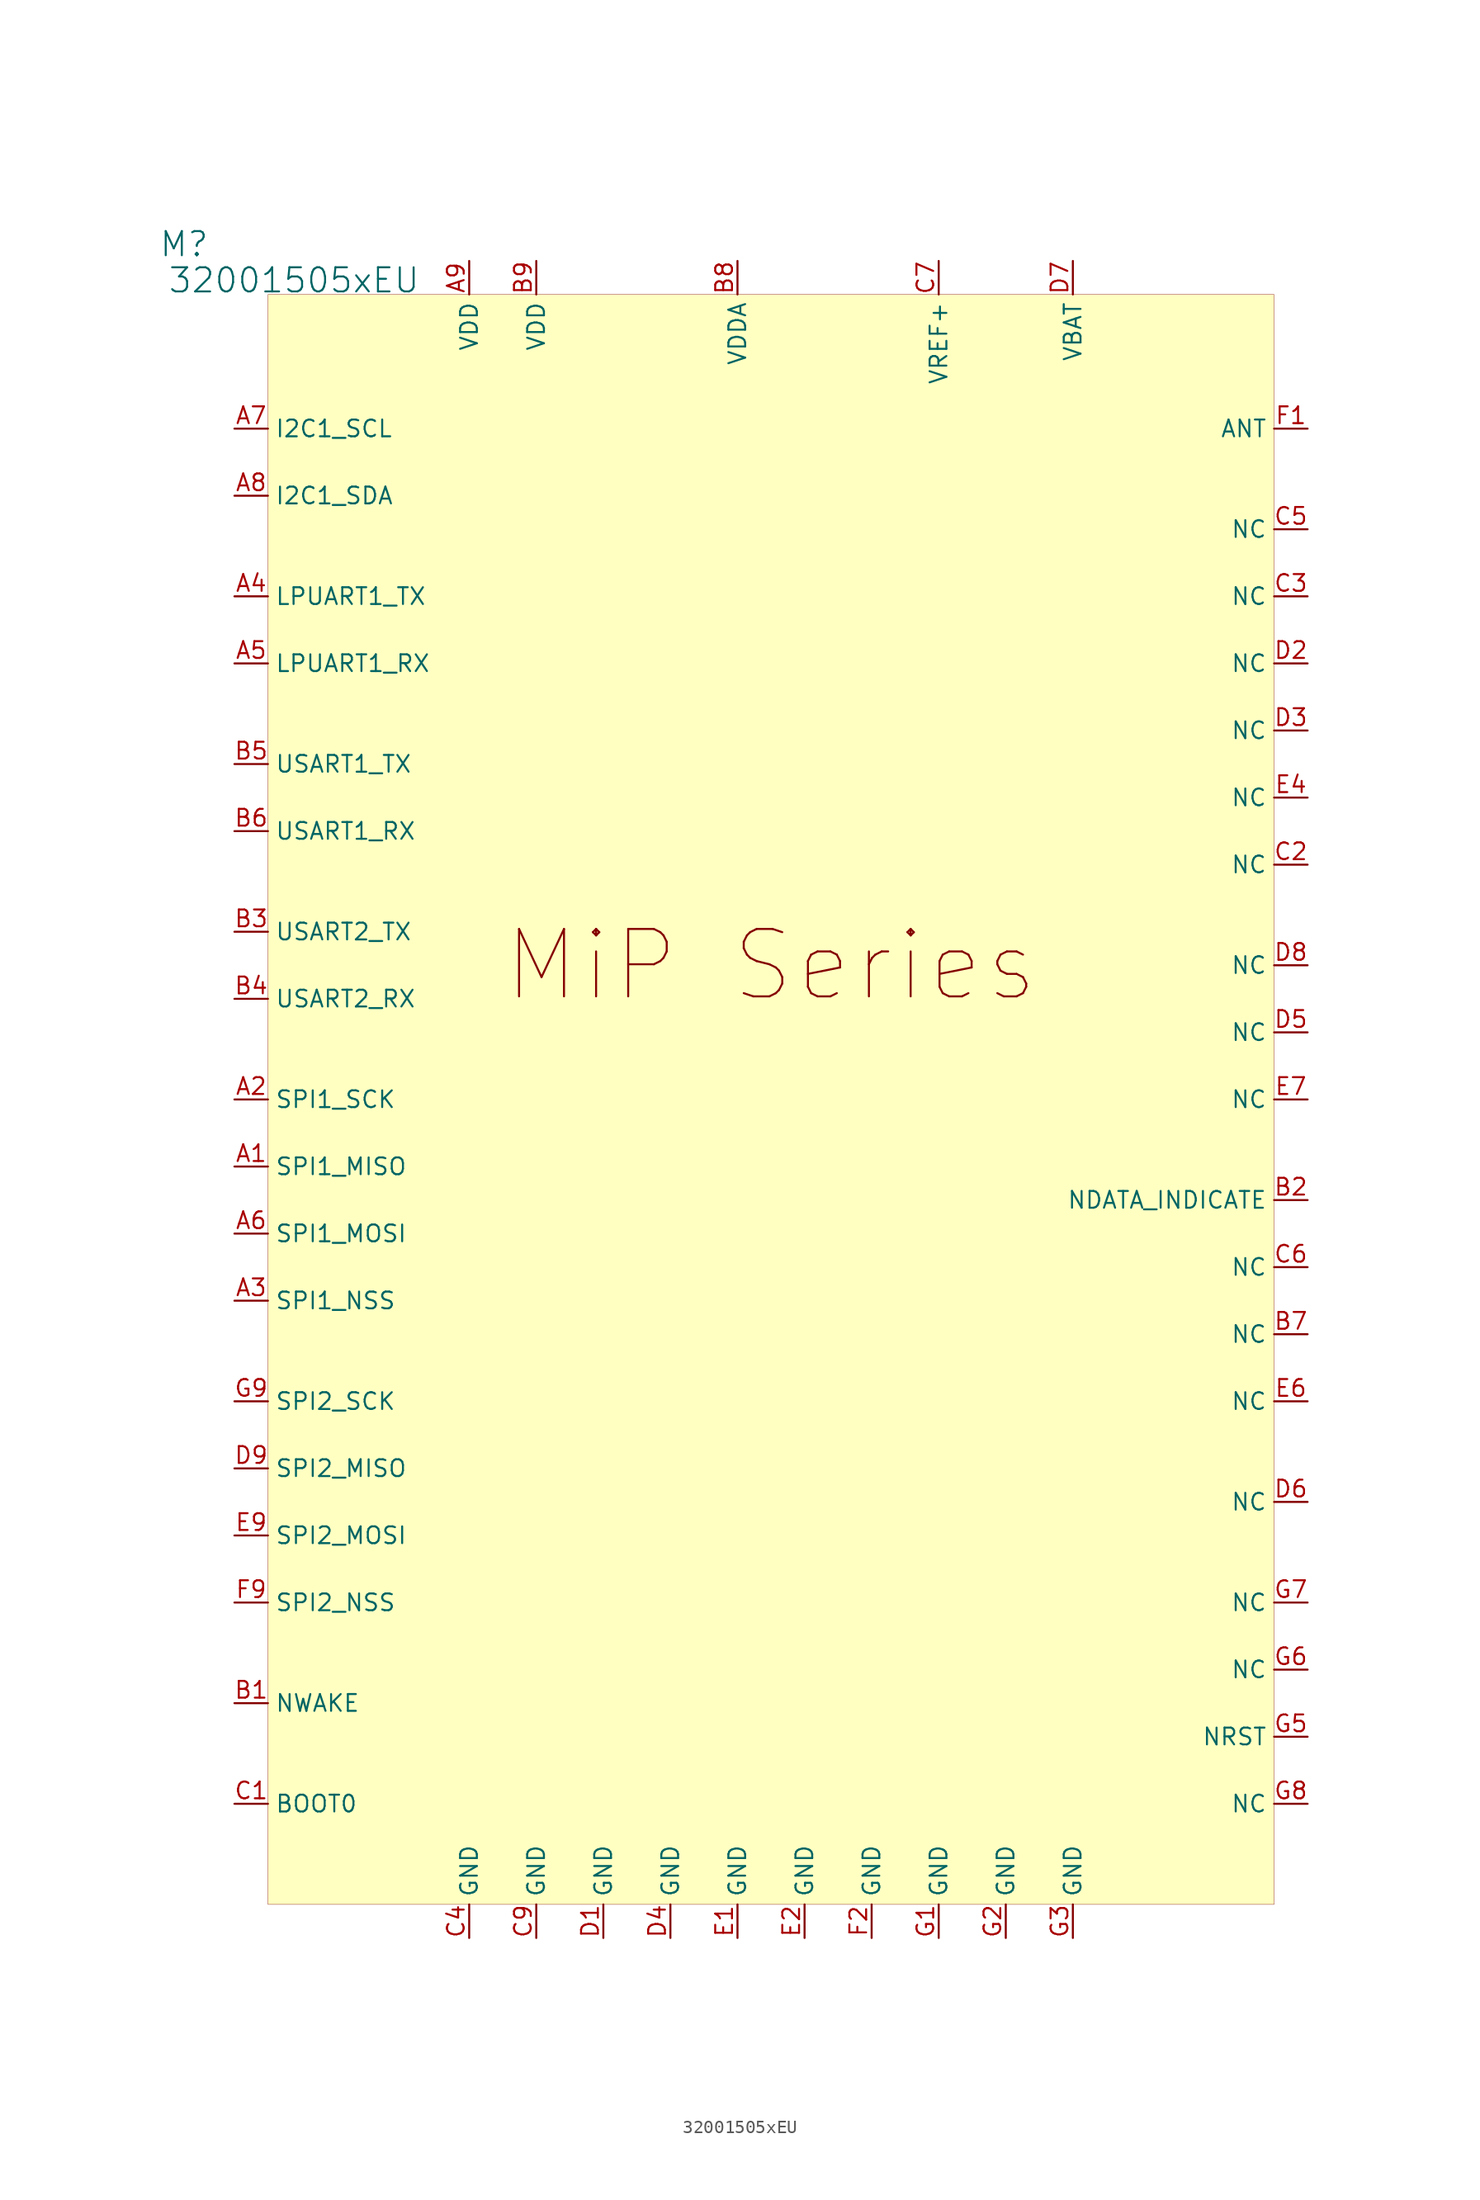
<source format=kicad_sym>
(kicad_symbol_lib
  (version 20231120)
  (generator "kicad_symbol_editor")
  (generator_version "8.0")
  (symbol "32001505xEU"
    (property "Reference" "M"
      (at -6.35 3.81 0)
      (effects (font (size 1.829 1.829))))
    (property "Value" "32001505xEU"
      (at -7.62 0 0)
      (effects (font (size 1.829 1.829)) (justify left bottom)))
    (symbol "32001505xEU_1_0"
      (rectangle (start 0 0) (end 76.2 -121.92) (stroke (width 0.025) (type solid) (color 128 0 0 1)) (fill (type background)))
      (text "MiP Series" (at 38.1 -50.8 0) (effects (font (size 5.105 5.105))))
      (pin passive line (at -2.54 -66.04 0) (length 2.54) (name "SPI1_MISO" (effects (font (size 1.27 1.27)))) (number "A1" (effects (font (size 1.27 1.27)))))
      (pin passive line (at -2.54 -60.96 0) (length 2.54) (name "SPI1_SCK" (effects (font (size 1.27 1.27)))) (number "A2" (effects (font (size 1.27 1.27)))))
      (pin passive line (at -2.54 -76.2 0) (length 2.54) (name "SPI1_NSS" (effects (font (size 1.27 1.27)))) (number "A3" (effects (font (size 1.27 1.27)))))
      (pin passive line (at -2.54 -22.86 0) (length 2.54) (name "LPUART1_TX" (effects (font (size 1.27 1.27)))) (number "A4" (effects (font (size 1.27 1.27)))))
      (pin passive line (at -2.54 -27.94 0) (length 2.54) (name "LPUART1_RX" (effects (font (size 1.27 1.27)))) (number "A5" (effects (font (size 1.27 1.27)))))
      (pin passive line (at -2.54 -71.12 0) (length 2.54) (name "SPI1_MOSI" (effects (font (size 1.27 1.27)))) (number "A6" (effects (font (size 1.27 1.27)))))
      (pin passive line (at -2.54 -10.16 0) (length 2.54) (name "I2C1_SCL" (effects (font (size 1.27 1.27)))) (number "A7" (effects (font (size 1.27 1.27)))))
      (pin passive line (at -2.54 -15.24 0) (length 2.54) (name "I2C1_SDA" (effects (font (size 1.27 1.27)))) (number "A8" (effects (font (size 1.27 1.27)))))
      (pin power_in line (at 15.24 2.54 270) (length 2.54) (name "VDD" (effects (font (size 1.27 1.27)))) (number "A9" (effects (font (size 1.27 1.27)))))
      (pin passive line (at -2.54 -106.68 0) (length 2.54) (name "NWAKE" (effects (font (size 1.27 1.27)))) (number "B1" (effects (font (size 1.27 1.27)))))
      (pin passive line (at 78.74 -68.58 180) (length 2.54) (name "NDATA_INDICATE" (effects (font (size 1.27 1.27)))) (number "B2" (effects (font (size 1.27 1.27)))))
      (pin passive line (at -2.54 -48.26 0) (length 2.54) (name "USART2_TX" (effects (font (size 1.27 1.27)))) (number "B3" (effects (font (size 1.27 1.27)))))
      (pin passive line (at -2.54 -53.34 0) (length 2.54) (name "USART2_RX" (effects (font (size 1.27 1.27)))) (number "B4" (effects (font (size 1.27 1.27)))))
      (pin passive line (at -2.54 -35.56 0) (length 2.54) (name "USART1_TX" (effects (font (size 1.27 1.27)))) (number "B5" (effects (font (size 1.27 1.27)))))
      (pin passive line (at -2.54 -40.64 0) (length 2.54) (name "USART1_RX" (effects (font (size 1.27 1.27)))) (number "B6" (effects (font (size 1.27 1.27)))))
      (pin passive line (at 78.74 -78.74 180) (length 2.54) (name "NC" (effects (font (size 1.27 1.27)))) (number "B7" (effects (font (size 1.27 1.27)))))
      (pin power_in line (at 35.56 2.54 270) (length 2.54) (name "VDDA" (effects (font (size 1.27 1.27)))) (number "B8" (effects (font (size 1.27 1.27)))))
      (pin power_in line (at 20.32 2.54 270) (length 2.54) (name "VDD" (effects (font (size 1.27 1.27)))) (number "B9" (effects (font (size 1.27 1.27)))))
      (pin passive line (at -2.54 -114.3 0) (length 2.54) (name "BOOT0" (effects (font (size 1.27 1.27)))) (number "C1" (effects (font (size 1.27 1.27)))))
      (pin passive line (at 78.74 -43.18 180) (length 2.54) (name "NC" (effects (font (size 1.27 1.27)))) (number "C2" (effects (font (size 1.27 1.27)))))
      (pin passive line (at 78.74 -22.86 180) (length 2.54) (name "NC" (effects (font (size 1.27 1.27)))) (number "C3" (effects (font (size 1.27 1.27)))))
      (pin power_in line (at 15.24 -124.46 90) (length 2.54) (name "GND" (effects (font (size 1.27 1.27)))) (number "C4" (effects (font (size 1.27 1.27)))))
      (pin passive line (at 78.74 -17.78 180) (length 2.54) (name "NC" (effects (font (size 1.27 1.27)))) (number "C5" (effects (font (size 1.27 1.27)))))
      (pin passive line (at 78.74 -73.66 180) (length 2.54) (name "NC" (effects (font (size 1.27 1.27)))) (number "C6" (effects (font (size 1.27 1.27)))))
      (pin passive line (at 50.8 2.54 270) (length 2.54) (name "VREF+" (effects (font (size 1.27 1.27)))) (number "C7" (effects (font (size 1.27 1.27)))))
      (pin power_in line (at 20.32 -124.46 90) (length 2.54) (name "GND" (effects (font (size 1.27 1.27)))) (number "C9" (effects (font (size 1.27 1.27)))))
      (pin power_in line (at 25.4 -124.46 90) (length 2.54) (name "GND" (effects (font (size 1.27 1.27)))) (number "D1" (effects (font (size 1.27 1.27)))))
      (pin passive line (at 78.74 -27.94 180) (length 2.54) (name "NC" (effects (font (size 1.27 1.27)))) (number "D2" (effects (font (size 1.27 1.27)))))
      (pin passive line (at 78.74 -33.02 180) (length 2.54) (name "NC" (effects (font (size 1.27 1.27)))) (number "D3" (effects (font (size 1.27 1.27)))))
      (pin power_in line (at 30.48 -124.46 90) (length 2.54) (name "GND" (effects (font (size 1.27 1.27)))) (number "D4" (effects (font (size 1.27 1.27)))))
      (pin passive line (at 78.74 -55.88 180) (length 2.54) (name "NC" (effects (font (size 1.27 1.27)))) (number "D5" (effects (font (size 1.27 1.27)))))
      (pin passive line (at 78.74 -91.44 180) (length 2.54) (name "NC" (effects (font (size 1.27 1.27)))) (number "D6" (effects (font (size 1.27 1.27)))))
      (pin passive line (at 60.96 2.54 270) (length 2.54) (name "VBAT" (effects (font (size 1.27 1.27)))) (number "D7" (effects (font (size 1.27 1.27)))))
      (pin passive line (at 78.74 -50.8 180) (length 2.54) (name "NC" (effects (font (size 1.27 1.27)))) (number "D8" (effects (font (size 1.27 1.27)))))
      (pin passive line (at -2.54 -88.9 0) (length 2.54) (name "SPI2_MISO" (effects (font (size 1.27 1.27)))) (number "D9" (effects (font (size 1.27 1.27)))))
      (pin power_in line (at 35.56 -124.46 90) (length 2.54) (name "GND" (effects (font (size 1.27 1.27)))) (number "E1" (effects (font (size 1.27 1.27)))))
      (pin power_in line (at 40.64 -124.46 90) (length 2.54) (name "GND" (effects (font (size 1.27 1.27)))) (number "E2" (effects (font (size 1.27 1.27)))))
      (pin passive line (at 78.74 -38.1 180) (length 2.54) (name "NC" (effects (font (size 1.27 1.27)))) (number "E4" (effects (font (size 1.27 1.27)))))
      (pin passive line (at 78.74 -83.82 180) (length 2.54) (name "NC" (effects (font (size 1.27 1.27)))) (number "E6" (effects (font (size 1.27 1.27)))))
      (pin passive line (at 78.74 -60.96 180) (length 2.54) (name "NC" (effects (font (size 1.27 1.27)))) (number "E7" (effects (font (size 1.27 1.27)))))
      (pin passive line (at -2.54 -93.98 0) (length 2.54) (name "SPI2_MOSI" (effects (font (size 1.27 1.27)))) (number "E9" (effects (font (size 1.27 1.27)))))
      (pin passive line (at 78.74 -10.16 180) (length 2.54) (name "ANT" (effects (font (size 1.27 1.27)))) (number "F1" (effects (font (size 1.27 1.27)))))
      (pin power_in line (at 45.72 -124.46 90) (length 2.54) (name "GND" (effects (font (size 1.27 1.27)))) (number "F2" (effects (font (size 1.27 1.27)))))
      (pin passive line (at -2.54 -99.06 0) (length 2.54) (name "SPI2_NSS" (effects (font (size 1.27 1.27)))) (number "F9" (effects (font (size 1.27 1.27)))))
      (pin power_in line (at 50.8 -124.46 90) (length 2.54) (name "GND" (effects (font (size 1.27 1.27)))) (number "G1" (effects (font (size 1.27 1.27)))))
      (pin power_in line (at 55.88 -124.46 90) (length 2.54) (name "GND" (effects (font (size 1.27 1.27)))) (number "G2" (effects (font (size 1.27 1.27)))))
      (pin power_in line (at 60.96 -124.46 90) (length 2.54) (name "GND" (effects (font (size 1.27 1.27)))) (number "G3" (effects (font (size 1.27 1.27)))))
      (pin passive line (at 78.74 -109.22 180) (length 2.54) (name "NRST" (effects (font (size 1.27 1.27)))) (number "G5" (effects (font (size 1.27 1.27)))))
      (pin passive line (at 78.74 -104.14 180) (length 2.54) (name "NC" (effects (font (size 1.27 1.27)))) (number "G6" (effects (font (size 1.27 1.27)))))
      (pin passive line (at 78.74 -99.06 180) (length 2.54) (name "NC" (effects (font (size 1.27 1.27)))) (number "G7" (effects (font (size 1.27 1.27)))))
      (pin passive line (at 78.74 -114.3 180) (length 2.54) (name "NC" (effects (font (size 1.27 1.27)))) (number "G8" (effects (font (size 1.27 1.27)))))
      (pin passive line (at -2.54 -83.82 0) (length 2.54) (name "SPI2_SCK" (effects (font (size 1.27 1.27)))) (number "G9" (effects (font (size 1.27 1.27))))))))
</source>
